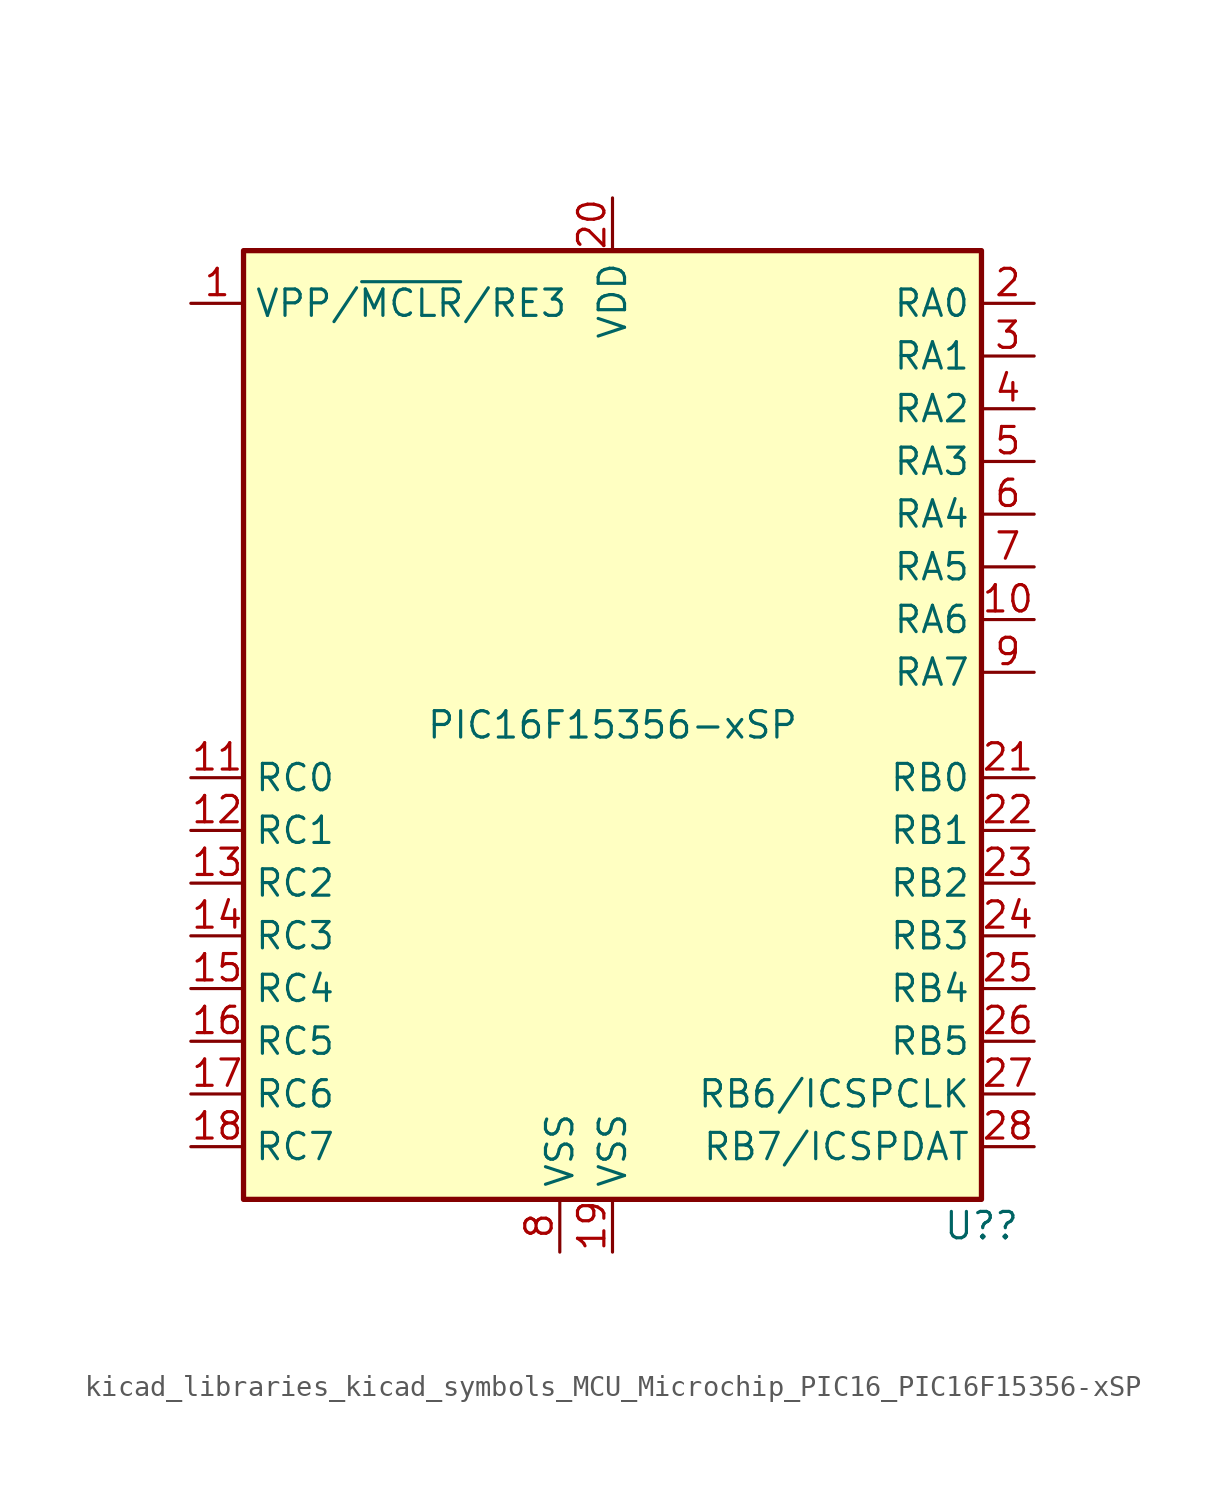
<source format=kicad_sym>
(kicad_symbol_lib
  (version 20220914)
  (generator kicad_symbol_editor)
  (symbol "kicad_libraries_kicad_symbols_MCU_Microchip_PIC16_PIC16F15356-xSP"
    (property "Reference" "U?"
      (at 17.78 -24.13 0)
      (effects (font (size 1.27 1.27))))
    (property "Value" "PIC16F15356-xSP"
      (at 0 0 0)
      (effects (font (size 1.27 1.27))))
    (symbol "kicad_libraries_kicad_symbols_MCU_Microchip_PIC16_PIC16F15356-xSP_0_1"
      (rectangle (start 17.78 22.86) (end -17.78 -22.86) (stroke (width 0.254) (type default)) (fill (type background))))
    (symbol "kicad_libraries_kicad_symbols_MCU_Microchip_PIC16_PIC16F15356-xSP_1_1"
      (pin bidirectional line (at -20.32 20.32 0) (length 2.54) (name "VPP/~{MCLR}/RE3" (effects (font (size 1.27 1.27)))) (number "1" (effects (font (size 1.27 1.27)))))
      (pin bidirectional line (at 20.32 5.08 180) (length 2.54) (name "RA6" (effects (font (size 1.27 1.27)))) (number "10" (effects (font (size 1.27 1.27)))))
      (pin bidirectional line (at -20.32 -2.54 0) (length 2.54) (name "RC0" (effects (font (size 1.27 1.27)))) (number "11" (effects (font (size 1.27 1.27)))))
      (pin bidirectional line (at -20.32 -5.08 0) (length 2.54) (name "RC1" (effects (font (size 1.27 1.27)))) (number "12" (effects (font (size 1.27 1.27)))))
      (pin bidirectional line (at -20.32 -7.62 0) (length 2.54) (name "RC2" (effects (font (size 1.27 1.27)))) (number "13" (effects (font (size 1.27 1.27)))))
      (pin bidirectional line (at -20.32 -10.16 0) (length 2.54) (name "RC3" (effects (font (size 1.27 1.27)))) (number "14" (effects (font (size 1.27 1.27)))))
      (pin bidirectional line (at -20.32 -12.7 0) (length 2.54) (name "RC4" (effects (font (size 1.27 1.27)))) (number "15" (effects (font (size 1.27 1.27)))))
      (pin bidirectional line (at -20.32 -15.24 0) (length 2.54) (name "RC5" (effects (font (size 1.27 1.27)))) (number "16" (effects (font (size 1.27 1.27)))))
      (pin bidirectional line (at -20.32 -17.78 0) (length 2.54) (name "RC6" (effects (font (size 1.27 1.27)))) (number "17" (effects (font (size 1.27 1.27)))))
      (pin bidirectional line (at -20.32 -20.32 0) (length 2.54) (name "RC7" (effects (font (size 1.27 1.27)))) (number "18" (effects (font (size 1.27 1.27)))))
      (pin power_in line (at 0 -25.4 90) (length 2.54) (name "VSS" (effects (font (size 1.27 1.27)))) (number "19" (effects (font (size 1.27 1.27)))))
      (pin bidirectional line (at 20.32 20.32 180) (length 2.54) (name "RA0" (effects (font (size 1.27 1.27)))) (number "2" (effects (font (size 1.27 1.27)))))
      (pin power_in line (at 0 25.4 270) (length 2.54) (name "VDD" (effects (font (size 1.27 1.27)))) (number "20" (effects (font (size 1.27 1.27)))))
      (pin bidirectional line (at 20.32 -2.54 180) (length 2.54) (name "RB0" (effects (font (size 1.27 1.27)))) (number "21" (effects (font (size 1.27 1.27)))))
      (pin bidirectional line (at 20.32 -5.08 180) (length 2.54) (name "RB1" (effects (font (size 1.27 1.27)))) (number "22" (effects (font (size 1.27 1.27)))))
      (pin bidirectional line (at 20.32 -7.62 180) (length 2.54) (name "RB2" (effects (font (size 1.27 1.27)))) (number "23" (effects (font (size 1.27 1.27)))))
      (pin bidirectional line (at 20.32 -10.16 180) (length 2.54) (name "RB3" (effects (font (size 1.27 1.27)))) (number "24" (effects (font (size 1.27 1.27)))))
      (pin bidirectional line (at 20.32 -12.7 180) (length 2.54) (name "RB4" (effects (font (size 1.27 1.27)))) (number "25" (effects (font (size 1.27 1.27)))))
      (pin bidirectional line (at 20.32 -15.24 180) (length 2.54) (name "RB5" (effects (font (size 1.27 1.27)))) (number "26" (effects (font (size 1.27 1.27)))))
      (pin bidirectional line (at 20.32 -17.78 180) (length 2.54) (name "RB6/ICSPCLK" (effects (font (size 1.27 1.27)))) (number "27" (effects (font (size 1.27 1.27)))))
      (pin bidirectional line (at 20.32 -20.32 180) (length 2.54) (name "RB7/ICSPDAT" (effects (font (size 1.27 1.27)))) (number "28" (effects (font (size 1.27 1.27)))))
      (pin bidirectional line (at 20.32 17.78 180) (length 2.54) (name "RA1" (effects (font (size 1.27 1.27)))) (number "3" (effects (font (size 1.27 1.27)))))
      (pin bidirectional line (at 20.32 15.24 180) (length 2.54) (name "RA2" (effects (font (size 1.27 1.27)))) (number "4" (effects (font (size 1.27 1.27)))))
      (pin bidirectional line (at 20.32 12.7 180) (length 2.54) (name "RA3" (effects (font (size 1.27 1.27)))) (number "5" (effects (font (size 1.27 1.27)))))
      (pin bidirectional line (at 20.32 10.16 180) (length 2.54) (name "RA4" (effects (font (size 1.27 1.27)))) (number "6" (effects (font (size 1.27 1.27)))))
      (pin bidirectional line (at 20.32 7.62 180) (length 2.54) (name "RA5" (effects (font (size 1.27 1.27)))) (number "7" (effects (font (size 1.27 1.27)))))
      (pin power_in line (at -2.54 -25.4 90) (length 2.54) (name "VSS" (effects (font (size 1.27 1.27)))) (number "8" (effects (font (size 1.27 1.27)))))
      (pin bidirectional line (at 20.32 2.54 180) (length 2.54) (name "RA7" (effects (font (size 1.27 1.27)))) (number "9" (effects (font (size 1.27 1.27))))))))
</source>
